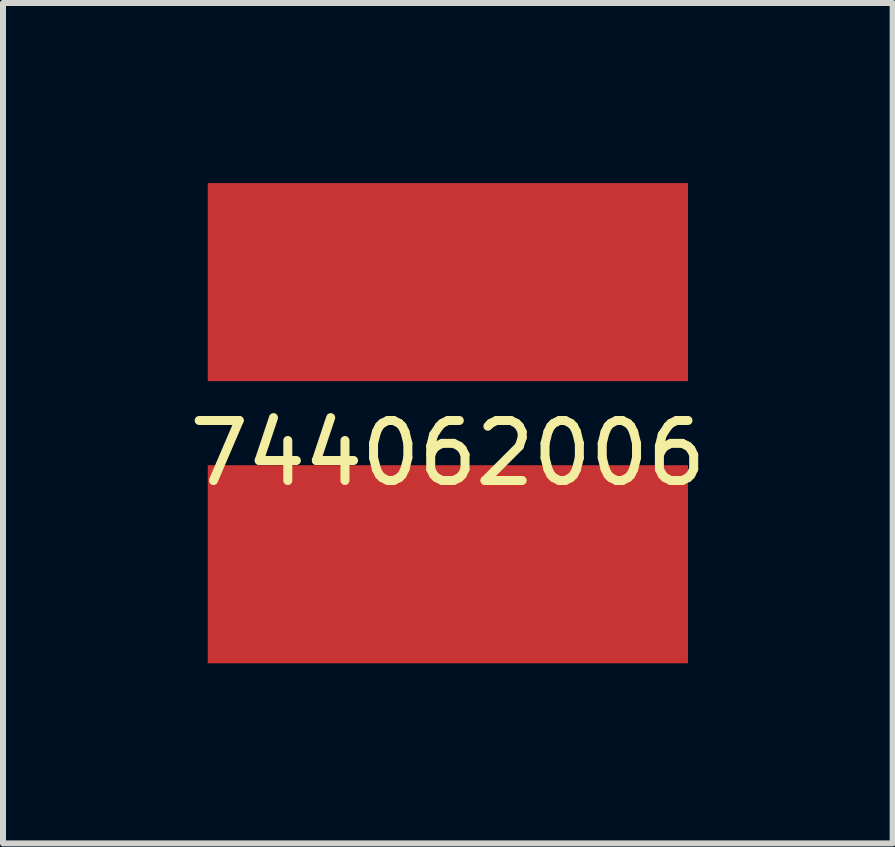
<source format=kicad_pcb>
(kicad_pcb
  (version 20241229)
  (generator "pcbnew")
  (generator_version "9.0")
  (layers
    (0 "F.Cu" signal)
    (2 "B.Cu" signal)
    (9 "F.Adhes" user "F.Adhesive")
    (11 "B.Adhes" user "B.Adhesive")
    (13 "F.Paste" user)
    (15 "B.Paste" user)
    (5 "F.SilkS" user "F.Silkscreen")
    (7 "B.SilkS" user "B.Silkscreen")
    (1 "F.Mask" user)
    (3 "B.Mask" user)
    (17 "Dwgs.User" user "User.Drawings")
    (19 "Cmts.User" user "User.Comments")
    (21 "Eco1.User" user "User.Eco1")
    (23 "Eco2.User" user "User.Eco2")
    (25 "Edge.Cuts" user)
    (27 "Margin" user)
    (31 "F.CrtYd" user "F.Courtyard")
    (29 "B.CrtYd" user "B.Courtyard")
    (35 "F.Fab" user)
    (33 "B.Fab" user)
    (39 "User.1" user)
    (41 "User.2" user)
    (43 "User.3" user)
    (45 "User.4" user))
  (footprint "744062006"
    (layer "F.Cu")
    (at 4.411 4)
    (property "Reference" "744062006" (at 0 0.5 0) (layer "F.SilkS") (effects (font (size 1 1) (thickness 0.15))))
    (attr through_hole)
    (pad "1" smd rect (at 0 -2.35) (size 8 3.3) (layers "F.Cu" "F.Mask" "F.Paste"))
    (pad "2" smd rect (at 0 2.35) (size 8 3.3) (layers "F.Cu" "F.Mask" "F.Paste")))
  (gr_rect
    (start -3 -3)
    (end 11.821 11)
    (stroke (width 0.1) (type default))
    (fill no)
    (layer "Edge.Cuts")))
</source>
